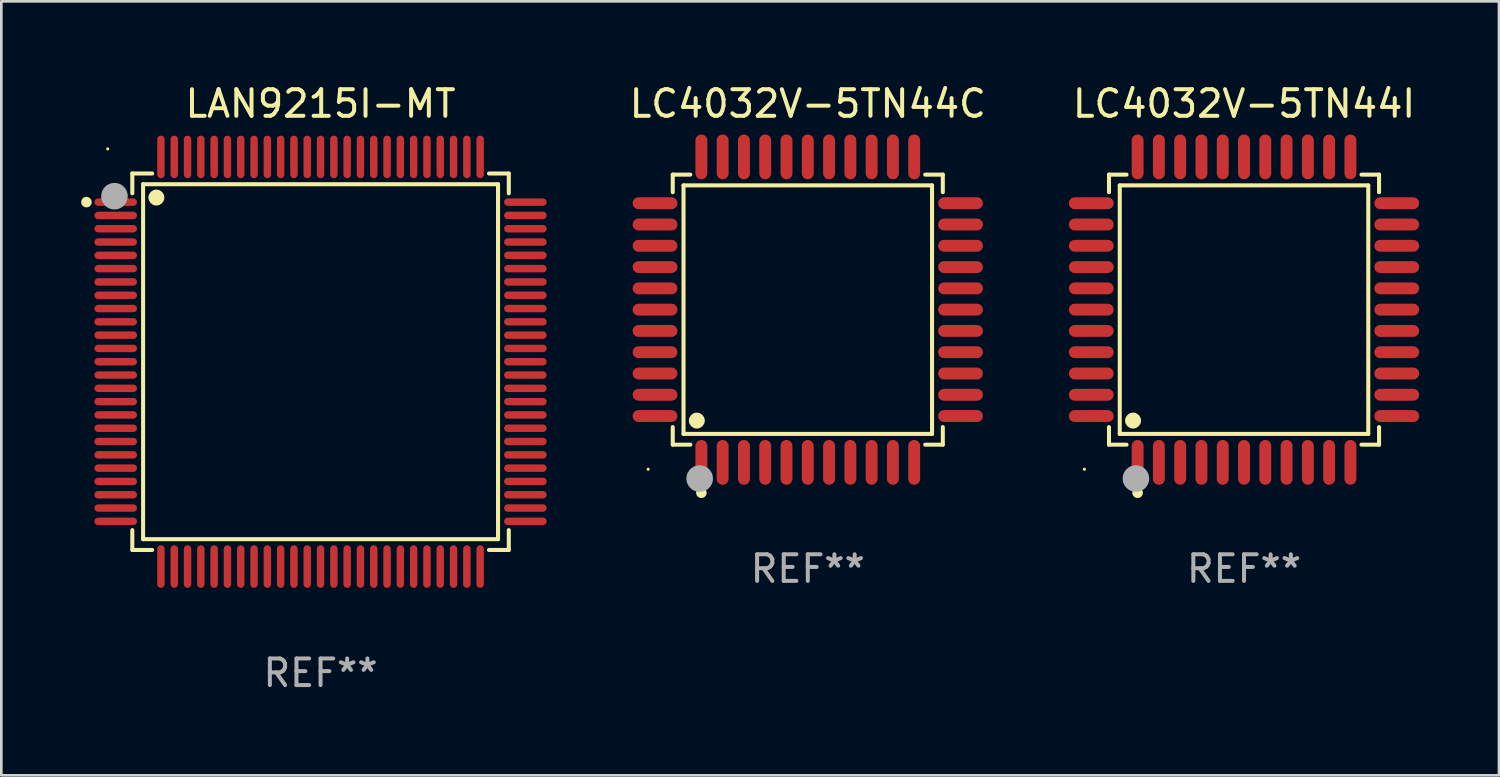
<source format=kicad_pcb>
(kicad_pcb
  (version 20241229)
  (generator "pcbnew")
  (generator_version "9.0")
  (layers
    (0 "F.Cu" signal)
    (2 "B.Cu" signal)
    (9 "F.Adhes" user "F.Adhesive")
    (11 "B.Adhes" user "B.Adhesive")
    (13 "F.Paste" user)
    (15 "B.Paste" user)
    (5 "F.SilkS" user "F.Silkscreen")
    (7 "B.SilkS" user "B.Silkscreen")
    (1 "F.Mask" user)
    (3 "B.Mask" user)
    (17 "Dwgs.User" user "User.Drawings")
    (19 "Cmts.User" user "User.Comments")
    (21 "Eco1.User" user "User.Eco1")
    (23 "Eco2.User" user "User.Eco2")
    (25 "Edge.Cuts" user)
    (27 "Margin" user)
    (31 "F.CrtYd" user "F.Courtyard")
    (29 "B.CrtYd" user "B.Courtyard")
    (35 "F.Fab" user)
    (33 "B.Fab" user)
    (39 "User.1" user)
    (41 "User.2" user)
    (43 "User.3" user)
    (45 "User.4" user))
  (footprint "LC4032V-5TN44I"
    (layer "F.Cu")
    (at 43.715 8.59)
    (property "Reference" "LC4032V-5TN44I" (at 0 -7.742 0) (layer "F.SilkS") (effects (font (size 1 1) (thickness 0.15))))
    (attr through_hole)
    (fp_line (start -5.076 -5.076) (end -4.415 -5.076) (stroke (width 0.152) (type solid)) (layer "F.SilkS"))
    (fp_line (start -5.076 -4.415) (end -5.076 -5.076) (stroke (width 0.152) (type solid)) (layer "F.SilkS"))
    (fp_line (start -5.076 4.415) (end -5.076 5.076) (stroke (width 0.152) (type solid)) (layer "F.SilkS"))
    (fp_line (start -5.076 5.076) (end -4.415 5.076) (stroke (width 0.152) (type solid)) (layer "F.SilkS"))
    (fp_line (start -4.671 -4.671) (end 4.671 -4.671) (stroke (width 0.152) (type solid)) (layer "F.SilkS"))
    (fp_line (start -4.671 4.671) (end -4.671 -4.671) (stroke (width 0.152) (type solid)) (layer "F.SilkS"))
    (fp_line (start 4.671 -4.671) (end 4.671 4.671) (stroke (width 0.152) (type solid)) (layer "F.SilkS"))
    (fp_line (start 4.671 4.671) (end -4.671 4.671) (stroke (width 0.152) (type solid)) (layer "F.SilkS"))
    (fp_line (start 5.076 -5.076) (end 4.415 -5.076) (stroke (width 0.152) (type solid)) (layer "F.SilkS"))
    (fp_line (start 5.076 -4.415) (end 5.076 -5.076) (stroke (width 0.152) (type solid)) (layer "F.SilkS"))
    (fp_line (start 5.076 4.415) (end 5.076 5.076) (stroke (width 0.152) (type solid)) (layer "F.SilkS"))
    (fp_line (start 5.076 5.076) (end 4.415 5.076) (stroke (width 0.152) (type solid)) (layer "F.SilkS"))
    (fp_circle (center -6 6) (end -5.97 6) (stroke (width 0.06) (type solid)) (fill no) (layer "F.SilkS"))
    (fp_circle (center -4.171 4.171) (end -4.021 4.171) (stroke (width 0.3) (type solid)) (fill no) (layer "F.SilkS"))
    (fp_circle (center -4 6.884) (end -3.9 6.884) (stroke (width 0.2) (type solid)) (fill no) (layer "F.SilkS"))
    (fp_circle (center -4.064 6.35) (end -3.814 6.35) (stroke (width 0.5) (type solid)) (fill no) (layer "F.Fab"))
    (fp_text user "REF**" (at 0 9.742 0) (layer "F.Fab") (effects (font (size 1 1) (thickness 0.15))))
    (pad "1" smd oval (at -4 5.742) (size 0.448 1.684) (layers "F.Cu" "F.Mask" "F.Paste"))
    (pad "2" smd oval (at -3.2 5.742) (size 0.448 1.684) (layers "F.Cu" "F.Mask" "F.Paste"))
    (pad "3" smd oval (at -2.4 5.742) (size 0.448 1.684) (layers "F.Cu" "F.Mask" "F.Paste"))
    (pad "4" smd oval (at -1.6 5.742) (size 0.448 1.684) (layers "F.Cu" "F.Mask" "F.Paste"))
    (pad "5" smd oval (at -0.8 5.742) (size 0.448 1.684) (layers "F.Cu" "F.Mask" "F.Paste"))
    (pad "6" smd oval (at 0 5.742) (size 0.448 1.684) (layers "F.Cu" "F.Mask" "F.Paste"))
    (pad "7" smd oval (at 0.8 5.742) (size 0.448 1.684) (layers "F.Cu" "F.Mask" "F.Paste"))
    (pad "8" smd oval (at 1.6 5.742) (size 0.448 1.684) (layers "F.Cu" "F.Mask" "F.Paste"))
    (pad "9" smd oval (at 2.4 5.742) (size 0.448 1.684) (layers "F.Cu" "F.Mask" "F.Paste"))
    (pad "10" smd oval (at 3.2 5.742) (size 0.448 1.684) (layers "F.Cu" "F.Mask" "F.Paste"))
    (pad "11" smd oval (at 4 5.742) (size 0.448 1.684) (layers "F.Cu" "F.Mask" "F.Paste"))
    (pad "12" smd oval (at 5.742 4) (size 1.684 0.448) (layers "F.Cu" "F.Mask" "F.Paste"))
    (pad "13" smd oval (at 5.742 3.2) (size 1.684 0.448) (layers "F.Cu" "F.Mask" "F.Paste"))
    (pad "14" smd oval (at 5.742 2.4) (size 1.684 0.448) (layers "F.Cu" "F.Mask" "F.Paste"))
    (pad "15" smd oval (at 5.742 1.6) (size 1.684 0.448) (layers "F.Cu" "F.Mask" "F.Paste"))
    (pad "16" smd oval (at 5.742 0.8) (size 1.684 0.448) (layers "F.Cu" "F.Mask" "F.Paste"))
    (pad "17" smd oval (at 5.742 0) (size 1.684 0.448) (layers "F.Cu" "F.Mask" "F.Paste"))
    (pad "18" smd oval (at 5.742 -0.8) (size 1.684 0.448) (layers "F.Cu" "F.Mask" "F.Paste"))
    (pad "19" smd oval (at 5.742 -1.6) (size 1.684 0.448) (layers "F.Cu" "F.Mask" "F.Paste"))
    (pad "20" smd oval (at 5.742 -2.4) (size 1.684 0.448) (layers "F.Cu" "F.Mask" "F.Paste"))
    (pad "21" smd oval (at 5.742 -3.2) (size 1.684 0.448) (layers "F.Cu" "F.Mask" "F.Paste"))
    (pad "22" smd oval (at 5.742 -4) (size 1.684 0.448) (layers "F.Cu" "F.Mask" "F.Paste"))
    (pad "23" smd oval (at 4 -5.742) (size 0.448 1.684) (layers "F.Cu" "F.Mask" "F.Paste"))
    (pad "24" smd oval (at 3.2 -5.742) (size 0.448 1.684) (layers "F.Cu" "F.Mask" "F.Paste"))
    (pad "25" smd oval (at 2.4 -5.742) (size 0.448 1.684) (layers "F.Cu" "F.Mask" "F.Paste"))
    (pad "26" smd oval (at 1.6 -5.742) (size 0.448 1.684) (layers "F.Cu" "F.Mask" "F.Paste"))
    (pad "27" smd oval (at 0.8 -5.742) (size 0.448 1.684) (layers "F.Cu" "F.Mask" "F.Paste"))
    (pad "28" smd oval (at 0 -5.742) (size 0.448 1.684) (layers "F.Cu" "F.Mask" "F.Paste"))
    (pad "29" smd oval (at -0.8 -5.742) (size 0.448 1.684) (layers "F.Cu" "F.Mask" "F.Paste"))
    (pad "30" smd oval (at -1.6 -5.742) (size 0.448 1.684) (layers "F.Cu" "F.Mask" "F.Paste"))
    (pad "31" smd oval (at -2.4 -5.742) (size 0.448 1.684) (layers "F.Cu" "F.Mask" "F.Paste"))
    (pad "32" smd oval (at -3.2 -5.742) (size 0.448 1.684) (layers "F.Cu" "F.Mask" "F.Paste"))
    (pad "33" smd oval (at -4 -5.742) (size 0.448 1.684) (layers "F.Cu" "F.Mask" "F.Paste"))
    (pad "34" smd oval (at -5.742 -4) (size 1.684 0.448) (layers "F.Cu" "F.Mask" "F.Paste"))
    (pad "35" smd oval (at -5.742 -3.2) (size 1.684 0.448) (layers "F.Cu" "F.Mask" "F.Paste"))
    (pad "36" smd oval (at -5.742 -2.4) (size 1.684 0.448) (layers "F.Cu" "F.Mask" "F.Paste"))
    (pad "37" smd oval (at -5.742 -1.6) (size 1.684 0.448) (layers "F.Cu" "F.Mask" "F.Paste"))
    (pad "38" smd oval (at -5.742 -0.8) (size 1.684 0.448) (layers "F.Cu" "F.Mask" "F.Paste"))
    (pad "39" smd oval (at -5.742 0) (size 1.684 0.448) (layers "F.Cu" "F.Mask" "F.Paste"))
    (pad "40" smd oval (at -5.742 0.8) (size 1.684 0.448) (layers "F.Cu" "F.Mask" "F.Paste"))
    (pad "41" smd oval (at -5.742 1.6) (size 1.684 0.448) (layers "F.Cu" "F.Mask" "F.Paste"))
    (pad "42" smd oval (at -5.742 2.4) (size 1.684 0.448) (layers "F.Cu" "F.Mask" "F.Paste"))
    (pad "43" smd oval (at -5.742 3.2) (size 1.684 0.448) (layers "F.Cu" "F.Mask" "F.Paste"))
    (pad "44" smd oval (at -5.742 4) (size 1.684 0.448) (layers "F.Cu" "F.Mask" "F.Paste")))
  (footprint "LC4032V-5TN44C"
    (layer "F.Cu")
    (at 27.316 8.59)
    (property "Reference" "LC4032V-5TN44C" (at 0 -7.742 0) (layer "F.SilkS") (effects (font (size 1 1) (thickness 0.15))))
    (attr through_hole)
    (fp_line (start -5.076 -5.076) (end -4.415 -5.076) (stroke (width 0.152) (type solid)) (layer "F.SilkS"))
    (fp_line (start -5.076 -4.415) (end -5.076 -5.076) (stroke (width 0.152) (type solid)) (layer "F.SilkS"))
    (fp_line (start -5.076 4.415) (end -5.076 5.076) (stroke (width 0.152) (type solid)) (layer "F.SilkS"))
    (fp_line (start -5.076 5.076) (end -4.415 5.076) (stroke (width 0.152) (type solid)) (layer "F.SilkS"))
    (fp_line (start -4.671 -4.671) (end 4.671 -4.671) (stroke (width 0.152) (type solid)) (layer "F.SilkS"))
    (fp_line (start -4.671 4.671) (end -4.671 -4.671) (stroke (width 0.152) (type solid)) (layer "F.SilkS"))
    (fp_line (start 4.671 -4.671) (end 4.671 4.671) (stroke (width 0.152) (type solid)) (layer "F.SilkS"))
    (fp_line (start 4.671 4.671) (end -4.671 4.671) (stroke (width 0.152) (type solid)) (layer "F.SilkS"))
    (fp_line (start 5.076 -5.076) (end 4.415 -5.076) (stroke (width 0.152) (type solid)) (layer "F.SilkS"))
    (fp_line (start 5.076 -4.415) (end 5.076 -5.076) (stroke (width 0.152) (type solid)) (layer "F.SilkS"))
    (fp_line (start 5.076 4.415) (end 5.076 5.076) (stroke (width 0.152) (type solid)) (layer "F.SilkS"))
    (fp_line (start 5.076 5.076) (end 4.415 5.076) (stroke (width 0.152) (type solid)) (layer "F.SilkS"))
    (fp_circle (center -6 6) (end -5.97 6) (stroke (width 0.06) (type solid)) (fill no) (layer "F.SilkS"))
    (fp_circle (center -4.171 4.171) (end -4.021 4.171) (stroke (width 0.3) (type solid)) (fill no) (layer "F.SilkS"))
    (fp_circle (center -4 6.884) (end -3.9 6.884) (stroke (width 0.2) (type solid)) (fill no) (layer "F.SilkS"))
    (fp_circle (center -4.064 6.35) (end -3.814 6.35) (stroke (width 0.5) (type solid)) (fill no) (layer "F.Fab"))
    (fp_text user "REF**" (at 0 9.742 0) (layer "F.Fab") (effects (font (size 1 1) (thickness 0.15))))
    (pad "1" smd oval (at -4 5.742) (size 0.448 1.684) (layers "F.Cu" "F.Mask" "F.Paste"))
    (pad "2" smd oval (at -3.2 5.742) (size 0.448 1.684) (layers "F.Cu" "F.Mask" "F.Paste"))
    (pad "3" smd oval (at -2.4 5.742) (size 0.448 1.684) (layers "F.Cu" "F.Mask" "F.Paste"))
    (pad "4" smd oval (at -1.6 5.742) (size 0.448 1.684) (layers "F.Cu" "F.Mask" "F.Paste"))
    (pad "5" smd oval (at -0.8 5.742) (size 0.448 1.684) (layers "F.Cu" "F.Mask" "F.Paste"))
    (pad "6" smd oval (at 0 5.742) (size 0.448 1.684) (layers "F.Cu" "F.Mask" "F.Paste"))
    (pad "7" smd oval (at 0.8 5.742) (size 0.448 1.684) (layers "F.Cu" "F.Mask" "F.Paste"))
    (pad "8" smd oval (at 1.6 5.742) (size 0.448 1.684) (layers "F.Cu" "F.Mask" "F.Paste"))
    (pad "9" smd oval (at 2.4 5.742) (size 0.448 1.684) (layers "F.Cu" "F.Mask" "F.Paste"))
    (pad "10" smd oval (at 3.2 5.742) (size 0.448 1.684) (layers "F.Cu" "F.Mask" "F.Paste"))
    (pad "11" smd oval (at 4 5.742) (size 0.448 1.684) (layers "F.Cu" "F.Mask" "F.Paste"))
    (pad "12" smd oval (at 5.742 4) (size 1.684 0.448) (layers "F.Cu" "F.Mask" "F.Paste"))
    (pad "13" smd oval (at 5.742 3.2) (size 1.684 0.448) (layers "F.Cu" "F.Mask" "F.Paste"))
    (pad "14" smd oval (at 5.742 2.4) (size 1.684 0.448) (layers "F.Cu" "F.Mask" "F.Paste"))
    (pad "15" smd oval (at 5.742 1.6) (size 1.684 0.448) (layers "F.Cu" "F.Mask" "F.Paste"))
    (pad "16" smd oval (at 5.742 0.8) (size 1.684 0.448) (layers "F.Cu" "F.Mask" "F.Paste"))
    (pad "17" smd oval (at 5.742 0) (size 1.684 0.448) (layers "F.Cu" "F.Mask" "F.Paste"))
    (pad "18" smd oval (at 5.742 -0.8) (size 1.684 0.448) (layers "F.Cu" "F.Mask" "F.Paste"))
    (pad "19" smd oval (at 5.742 -1.6) (size 1.684 0.448) (layers "F.Cu" "F.Mask" "F.Paste"))
    (pad "20" smd oval (at 5.742 -2.4) (size 1.684 0.448) (layers "F.Cu" "F.Mask" "F.Paste"))
    (pad "21" smd oval (at 5.742 -3.2) (size 1.684 0.448) (layers "F.Cu" "F.Mask" "F.Paste"))
    (pad "22" smd oval (at 5.742 -4) (size 1.684 0.448) (layers "F.Cu" "F.Mask" "F.Paste"))
    (pad "23" smd oval (at 4 -5.742) (size 0.448 1.684) (layers "F.Cu" "F.Mask" "F.Paste"))
    (pad "24" smd oval (at 3.2 -5.742) (size 0.448 1.684) (layers "F.Cu" "F.Mask" "F.Paste"))
    (pad "25" smd oval (at 2.4 -5.742) (size 0.448 1.684) (layers "F.Cu" "F.Mask" "F.Paste"))
    (pad "26" smd oval (at 1.6 -5.742) (size 0.448 1.684) (layers "F.Cu" "F.Mask" "F.Paste"))
    (pad "27" smd oval (at 0.8 -5.742) (size 0.448 1.684) (layers "F.Cu" "F.Mask" "F.Paste"))
    (pad "28" smd oval (at 0 -5.742) (size 0.448 1.684) (layers "F.Cu" "F.Mask" "F.Paste"))
    (pad "29" smd oval (at -0.8 -5.742) (size 0.448 1.684) (layers "F.Cu" "F.Mask" "F.Paste"))
    (pad "30" smd oval (at -1.6 -5.742) (size 0.448 1.684) (layers "F.Cu" "F.Mask" "F.Paste"))
    (pad "31" smd oval (at -2.4 -5.742) (size 0.448 1.684) (layers "F.Cu" "F.Mask" "F.Paste"))
    (pad "32" smd oval (at -3.2 -5.742) (size 0.448 1.684) (layers "F.Cu" "F.Mask" "F.Paste"))
    (pad "33" smd oval (at -4 -5.742) (size 0.448 1.684) (layers "F.Cu" "F.Mask" "F.Paste"))
    (pad "34" smd oval (at -5.742 -4) (size 1.684 0.448) (layers "F.Cu" "F.Mask" "F.Paste"))
    (pad "35" smd oval (at -5.742 -3.2) (size 1.684 0.448) (layers "F.Cu" "F.Mask" "F.Paste"))
    (pad "36" smd oval (at -5.742 -2.4) (size 1.684 0.448) (layers "F.Cu" "F.Mask" "F.Paste"))
    (pad "37" smd oval (at -5.742 -1.6) (size 1.684 0.448) (layers "F.Cu" "F.Mask" "F.Paste"))
    (pad "38" smd oval (at -5.742 -0.8) (size 1.684 0.448) (layers "F.Cu" "F.Mask" "F.Paste"))
    (pad "39" smd oval (at -5.742 0) (size 1.684 0.448) (layers "F.Cu" "F.Mask" "F.Paste"))
    (pad "40" smd oval (at -5.742 0.8) (size 1.684 0.448) (layers "F.Cu" "F.Mask" "F.Paste"))
    (pad "41" smd oval (at -5.742 1.6) (size 1.684 0.448) (layers "F.Cu" "F.Mask" "F.Paste"))
    (pad "42" smd oval (at -5.742 2.4) (size 1.684 0.448) (layers "F.Cu" "F.Mask" "F.Paste"))
    (pad "43" smd oval (at -5.742 3.2) (size 1.684 0.448) (layers "F.Cu" "F.Mask" "F.Paste"))
    (pad "44" smd oval (at -5.742 4) (size 1.684 0.448) (layers "F.Cu" "F.Mask" "F.Paste")))
  (footprint "LAN9215I-MT"
    (layer "F.Cu")
    (at 9 10.548)
    (property "Reference" "LAN9215I-MT" (at 0 -9.7 0) (layer "F.SilkS") (effects (font (size 1 1) (thickness 0.15))))
    (attr through_hole)
    (fp_line (start -7.076 -7.076) (end -7.076 -6.331) (stroke (width 0.152) (type solid)) (layer "F.SilkS"))
    (fp_line (start -7.076 7.076) (end -7.076 6.33) (stroke (width 0.152) (type solid)) (layer "F.SilkS"))
    (fp_line (start -6.671 -6.672) (end 6.672 -6.672) (stroke (width 0.152) (type solid)) (layer "F.SilkS"))
    (fp_line (start -6.671 6.671) (end -6.671 -6.672) (stroke (width 0.152) (type solid)) (layer "F.SilkS"))
    (fp_line (start -6.33 -7.076) (end -7.076 -7.076) (stroke (width 0.152) (type solid)) (layer "F.SilkS"))
    (fp_line (start -6.33 7.076) (end -7.076 7.076) (stroke (width 0.152) (type solid)) (layer "F.SilkS"))
    (fp_line (start 6.331 -7.076) (end 7.076 -7.076) (stroke (width 0.152) (type solid)) (layer "F.SilkS"))
    (fp_line (start 6.331 7.076) (end 7.076 7.076) (stroke (width 0.152) (type solid)) (layer "F.SilkS"))
    (fp_line (start 6.672 -6.672) (end 6.672 6.671) (stroke (width 0.152) (type solid)) (layer "F.SilkS"))
    (fp_line (start 6.672 6.671) (end -6.671 6.671) (stroke (width 0.152) (type solid)) (layer "F.SilkS"))
    (fp_line (start 7.076 -7.076) (end 7.076 -6.331) (stroke (width 0.152) (type solid)) (layer "F.SilkS"))
    (fp_line (start 7.076 7.076) (end 7.076 6.33) (stroke (width 0.152) (type solid)) (layer "F.SilkS"))
    (fp_circle (center -8.8 -6) (end -8.7 -6) (stroke (width 0.2) (type solid)) (fill no) (layer "F.SilkS"))
    (fp_circle (center -8 -8) (end -7.97 -8) (stroke (width 0.06) (type solid)) (fill no) (layer "F.SilkS"))
    (fp_circle (center -6.171 -6.171) (end -6.021 -6.171) (stroke (width 0.3) (type solid)) (fill no) (layer "F.SilkS"))
    (fp_circle (center -7.747 -6.223) (end -7.497 -6.223) (stroke (width 0.5) (type solid)) (fill no) (layer "F.Fab"))
    (fp_text user "REF**" (at 0 11.7 0) (layer "F.Fab") (effects (font (size 1 1) (thickness 0.15))))
    (pad "1" smd oval (at -7.7 -6) (size 1.6 0.28) (layers "F.Cu" "F.Mask" "F.Paste"))
    (pad "2" smd oval (at -7.7 -5.5) (size 1.6 0.28) (layers "F.Cu" "F.Mask" "F.Paste"))
    (pad "3" smd oval (at -7.7 -5) (size 1.6 0.28) (layers "F.Cu" "F.Mask" "F.Paste"))
    (pad "4" smd oval (at -7.7 -4.5) (size 1.6 0.28) (layers "F.Cu" "F.Mask" "F.Paste"))
    (pad "5" smd oval (at -7.7 -4) (size 1.6 0.28) (layers "F.Cu" "F.Mask" "F.Paste"))
    (pad "6" smd oval (at -7.7 -3.5) (size 1.6 0.28) (layers "F.Cu" "F.Mask" "F.Paste"))
    (pad "7" smd oval (at -7.7 -3) (size 1.6 0.28) (layers "F.Cu" "F.Mask" "F.Paste"))
    (pad "8" smd oval (at -7.7 -2.5) (size 1.6 0.28) (layers "F.Cu" "F.Mask" "F.Paste"))
    (pad "9" smd oval (at -7.7 -2) (size 1.6 0.28) (layers "F.Cu" "F.Mask" "F.Paste"))
    (pad "10" smd oval (at -7.7 -1.5) (size 1.6 0.28) (layers "F.Cu" "F.Mask" "F.Paste"))
    (pad "11" smd oval (at -7.7 -1) (size 1.6 0.28) (layers "F.Cu" "F.Mask" "F.Paste"))
    (pad "12" smd oval (at -7.7 -0.5) (size 1.6 0.28) (layers "F.Cu" "F.Mask" "F.Paste"))
    (pad "13" smd oval (at -7.7 0) (size 1.6 0.28) (layers "F.Cu" "F.Mask" "F.Paste"))
    (pad "14" smd oval (at -7.7 0.5) (size 1.6 0.28) (layers "F.Cu" "F.Mask" "F.Paste"))
    (pad "15" smd oval (at -7.7 1) (size 1.6 0.28) (layers "F.Cu" "F.Mask" "F.Paste"))
    (pad "16" smd oval (at -7.7 1.5) (size 1.6 0.28) (layers "F.Cu" "F.Mask" "F.Paste"))
    (pad "17" smd oval (at -7.7 2) (size 1.6 0.28) (layers "F.Cu" "F.Mask" "F.Paste"))
    (pad "18" smd oval (at -7.7 2.5) (size 1.6 0.28) (layers "F.Cu" "F.Mask" "F.Paste"))
    (pad "19" smd oval (at -7.7 3) (size 1.6 0.28) (layers "F.Cu" "F.Mask" "F.Paste"))
    (pad "20" smd oval (at -7.7 3.5) (size 1.6 0.28) (layers "F.Cu" "F.Mask" "F.Paste"))
    (pad "21" smd oval (at -7.7 4) (size 1.6 0.28) (layers "F.Cu" "F.Mask" "F.Paste"))
    (pad "22" smd oval (at -7.7 4.5) (size 1.6 0.28) (layers "F.Cu" "F.Mask" "F.Paste"))
    (pad "23" smd oval (at -7.7 5) (size 1.6 0.28) (layers "F.Cu" "F.Mask" "F.Paste"))
    (pad "24" smd oval (at -7.7 5.5) (size 1.6 0.28) (layers "F.Cu" "F.Mask" "F.Paste"))
    (pad "25" smd oval (at -7.7 6) (size 1.6 0.28) (layers "F.Cu" "F.Mask" "F.Paste"))
    (pad "26" smd oval (at -6 7.7) (size 0.28 1.6) (layers "F.Cu" "F.Mask" "F.Paste"))
    (pad "27" smd oval (at -5.5 7.7) (size 0.28 1.6) (layers "F.Cu" "F.Mask" "F.Paste"))
    (pad "28" smd oval (at -5 7.7) (size 0.28 1.6) (layers "F.Cu" "F.Mask" "F.Paste"))
    (pad "29" smd oval (at -4.5 7.7) (size 0.28 1.6) (layers "F.Cu" "F.Mask" "F.Paste"))
    (pad "30" smd oval (at -4 7.7) (size 0.28 1.6) (layers "F.Cu" "F.Mask" "F.Paste"))
    (pad "31" smd oval (at -3.5 7.7) (size 0.28 1.6) (layers "F.Cu" "F.Mask" "F.Paste"))
    (pad "32" smd oval (at -3 7.7) (size 0.28 1.6) (layers "F.Cu" "F.Mask" "F.Paste"))
    (pad "33" smd oval (at -2.5 7.7) (size 0.28 1.6) (layers "F.Cu" "F.Mask" "F.Paste"))
    (pad "34" smd oval (at -2 7.7) (size 0.28 1.6) (layers "F.Cu" "F.Mask" "F.Paste"))
    (pad "35" smd oval (at -1.5 7.7) (size 0.28 1.6) (layers "F.Cu" "F.Mask" "F.Paste"))
    (pad "36" smd oval (at -1 7.7) (size 0.28 1.6) (layers "F.Cu" "F.Mask" "F.Paste"))
    (pad "37" smd oval (at -0.5 7.7) (size 0.28 1.6) (layers "F.Cu" "F.Mask" "F.Paste"))
    (pad "38" smd oval (at 0 7.7) (size 0.28 1.6) (layers "F.Cu" "F.Mask" "F.Paste"))
    (pad "39" smd oval (at 0.5 7.7) (size 0.28 1.6) (layers "F.Cu" "F.Mask" "F.Paste"))
    (pad "40" smd oval (at 1 7.7) (size 0.28 1.6) (layers "F.Cu" "F.Mask" "F.Paste"))
    (pad "41" smd oval (at 1.5 7.7) (size 0.28 1.6) (layers "F.Cu" "F.Mask" "F.Paste"))
    (pad "42" smd oval (at 2 7.7) (size 0.28 1.6) (layers "F.Cu" "F.Mask" "F.Paste"))
    (pad "43" smd oval (at 2.5 7.7) (size 0.28 1.6) (layers "F.Cu" "F.Mask" "F.Paste"))
    (pad "44" smd oval (at 3 7.7) (size 0.28 1.6) (layers "F.Cu" "F.Mask" "F.Paste"))
    (pad "45" smd oval (at 3.5 7.7) (size 0.28 1.6) (layers "F.Cu" "F.Mask" "F.Paste"))
    (pad "46" smd oval (at 4 7.7) (size 0.28 1.6) (layers "F.Cu" "F.Mask" "F.Paste"))
    (pad "47" smd oval (at 4.5 7.7) (size 0.28 1.6) (layers "F.Cu" "F.Mask" "F.Paste"))
    (pad "48" smd oval (at 5 7.7) (size 0.28 1.6) (layers "F.Cu" "F.Mask" "F.Paste"))
    (pad "49" smd oval (at 5.5 7.7) (size 0.28 1.6) (layers "F.Cu" "F.Mask" "F.Paste"))
    (pad "50" smd oval (at 6 7.7) (size 0.28 1.6) (layers "F.Cu" "F.Mask" "F.Paste"))
    (pad "51" smd oval (at 7.7 6) (size 1.6 0.28) (layers "F.Cu" "F.Mask" "F.Paste"))
    (pad "52" smd oval (at 7.7 5.5) (size 1.6 0.28) (layers "F.Cu" "F.Mask" "F.Paste"))
    (pad "53" smd oval (at 7.7 5) (size 1.6 0.28) (layers "F.Cu" "F.Mask" "F.Paste"))
    (pad "54" smd oval (at 7.7 4.5) (size 1.6 0.28) (layers "F.Cu" "F.Mask" "F.Paste"))
    (pad "55" smd oval (at 7.7 4) (size 1.6 0.28) (layers "F.Cu" "F.Mask" "F.Paste"))
    (pad "56" smd oval (at 7.7 3.5) (size 1.6 0.28) (layers "F.Cu" "F.Mask" "F.Paste"))
    (pad "57" smd oval (at 7.7 3) (size 1.6 0.28) (layers "F.Cu" "F.Mask" "F.Paste"))
    (pad "58" smd oval (at 7.7 2.5) (size 1.6 0.28) (layers "F.Cu" "F.Mask" "F.Paste"))
    (pad "59" smd oval (at 7.7 2) (size 1.6 0.28) (layers "F.Cu" "F.Mask" "F.Paste"))
    (pad "60" smd oval (at 7.7 1.5) (size 1.6 0.28) (layers "F.Cu" "F.Mask" "F.Paste"))
    (pad "61" smd oval (at 7.7 1) (size 1.6 0.28) (layers "F.Cu" "F.Mask" "F.Paste"))
    (pad "62" smd oval (at 7.7 0.5) (size 1.6 0.28) (layers "F.Cu" "F.Mask" "F.Paste"))
    (pad "63" smd oval (at 7.7 0) (size 1.6 0.28) (layers "F.Cu" "F.Mask" "F.Paste"))
    (pad "64" smd oval (at 7.7 -0.5) (size 1.6 0.28) (layers "F.Cu" "F.Mask" "F.Paste"))
    (pad "65" smd oval (at 7.7 -1) (size 1.6 0.28) (layers "F.Cu" "F.Mask" "F.Paste"))
    (pad "66" smd oval (at 7.7 -1.5) (size 1.6 0.28) (layers "F.Cu" "F.Mask" "F.Paste"))
    (pad "67" smd oval (at 7.7 -2) (size 1.6 0.28) (layers "F.Cu" "F.Mask" "F.Paste"))
    (pad "68" smd oval (at 7.7 -2.5) (size 1.6 0.28) (layers "F.Cu" "F.Mask" "F.Paste"))
    (pad "69" smd oval (at 7.7 -3) (size 1.6 0.28) (layers "F.Cu" "F.Mask" "F.Paste"))
    (pad "70" smd oval (at 7.7 -3.5) (size 1.6 0.28) (layers "F.Cu" "F.Mask" "F.Paste"))
    (pad "71" smd oval (at 7.7 -4) (size 1.6 0.28) (layers "F.Cu" "F.Mask" "F.Paste"))
    (pad "72" smd oval (at 7.7 -4.5) (size 1.6 0.28) (layers "F.Cu" "F.Mask" "F.Paste"))
    (pad "73" smd oval (at 7.7 -5) (size 1.6 0.28) (layers "F.Cu" "F.Mask" "F.Paste"))
    (pad "74" smd oval (at 7.7 -5.5) (size 1.6 0.28) (layers "F.Cu" "F.Mask" "F.Paste"))
    (pad "75" smd oval (at 7.7 -6) (size 1.6 0.28) (layers "F.Cu" "F.Mask" "F.Paste"))
    (pad "76" smd oval (at 6 -7.7) (size 0.28 1.6) (layers "F.Cu" "F.Mask" "F.Paste"))
    (pad "77" smd oval (at 5.5 -7.7) (size 0.28 1.6) (layers "F.Cu" "F.Mask" "F.Paste"))
    (pad "78" smd oval (at 5 -7.7) (size 0.28 1.6) (layers "F.Cu" "F.Mask" "F.Paste"))
    (pad "79" smd oval (at 4.5 -7.7) (size 0.28 1.6) (layers "F.Cu" "F.Mask" "F.Paste"))
    (pad "80" smd oval (at 4 -7.7) (size 0.28 1.6) (layers "F.Cu" "F.Mask" "F.Paste"))
    (pad "81" smd oval (at 3.5 -7.7) (size 0.28 1.6) (layers "F.Cu" "F.Mask" "F.Paste"))
    (pad "82" smd oval (at 3 -7.7) (size 0.28 1.6) (layers "F.Cu" "F.Mask" "F.Paste"))
    (pad "83" smd oval (at 2.5 -7.7) (size 0.28 1.6) (layers "F.Cu" "F.Mask" "F.Paste"))
    (pad "84" smd oval (at 2 -7.7) (size 0.28 1.6) (layers "F.Cu" "F.Mask" "F.Paste"))
    (pad "85" smd oval (at 1.5 -7.7) (size 0.28 1.6) (layers "F.Cu" "F.Mask" "F.Paste"))
    (pad "86" smd oval (at 1 -7.7) (size 0.28 1.6) (layers "F.Cu" "F.Mask" "F.Paste"))
    (pad "87" smd oval (at 0.5 -7.7) (size 0.28 1.6) (layers "F.Cu" "F.Mask" "F.Paste"))
    (pad "88" smd oval (at 0 -7.7) (size 0.28 1.6) (layers "F.Cu" "F.Mask" "F.Paste"))
    (pad "89" smd oval (at -0.5 -7.7) (size 0.28 1.6) (layers "F.Cu" "F.Mask" "F.Paste"))
    (pad "90" smd oval (at -1 -7.7) (size 0.28 1.6) (layers "F.Cu" "F.Mask" "F.Paste"))
    (pad "91" smd oval (at -1.5 -7.7) (size 0.28 1.6) (layers "F.Cu" "F.Mask" "F.Paste"))
    (pad "92" smd oval (at -2 -7.7) (size 0.28 1.6) (layers "F.Cu" "F.Mask" "F.Paste"))
    (pad "93" smd oval (at -2.5 -7.7) (size 0.28 1.6) (layers "F.Cu" "F.Mask" "F.Paste"))
    (pad "94" smd oval (at -3 -7.7) (size 0.28 1.6) (layers "F.Cu" "F.Mask" "F.Paste"))
    (pad "95" smd oval (at -3.5 -7.7) (size 0.28 1.6) (layers "F.Cu" "F.Mask" "F.Paste"))
    (pad "96" smd oval (at -4 -7.7) (size 0.28 1.6) (layers "F.Cu" "F.Mask" "F.Paste"))
    (pad "97" smd oval (at -4.5 -7.7) (size 0.28 1.6) (layers "F.Cu" "F.Mask" "F.Paste"))
    (pad "98" smd oval (at -5 -7.7) (size 0.28 1.6) (layers "F.Cu" "F.Mask" "F.Paste"))
    (pad "99" smd oval (at -5.5 -7.7) (size 0.28 1.6) (layers "F.Cu" "F.Mask" "F.Paste"))
    (pad "100" smd oval (at -6 -7.7) (size 0.28 1.6) (layers "F.Cu" "F.Mask" "F.Paste")))
  (gr_rect
    (start -3 -3)
    (end 53.299 26.097)
    (stroke (width 0.1) (type default))
    (fill no)
    (layer "Edge.Cuts")))
</source>
